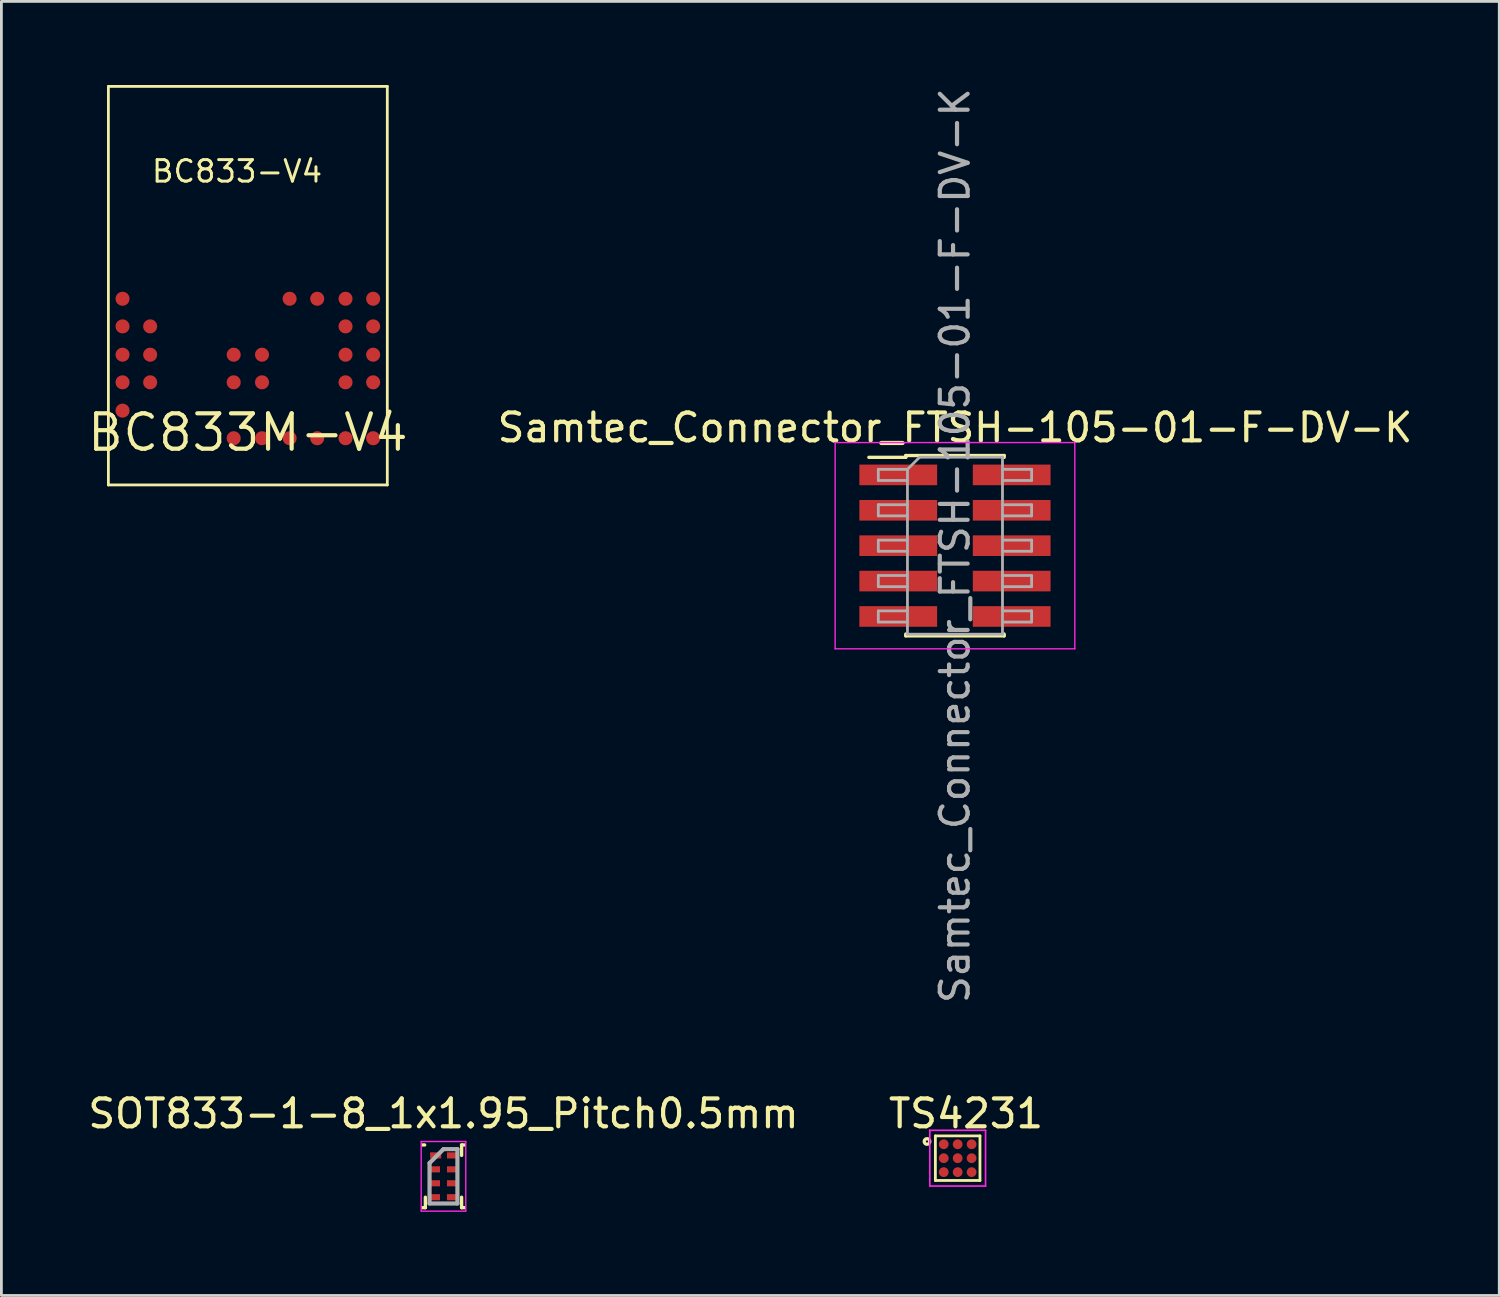
<source format=kicad_pcb>
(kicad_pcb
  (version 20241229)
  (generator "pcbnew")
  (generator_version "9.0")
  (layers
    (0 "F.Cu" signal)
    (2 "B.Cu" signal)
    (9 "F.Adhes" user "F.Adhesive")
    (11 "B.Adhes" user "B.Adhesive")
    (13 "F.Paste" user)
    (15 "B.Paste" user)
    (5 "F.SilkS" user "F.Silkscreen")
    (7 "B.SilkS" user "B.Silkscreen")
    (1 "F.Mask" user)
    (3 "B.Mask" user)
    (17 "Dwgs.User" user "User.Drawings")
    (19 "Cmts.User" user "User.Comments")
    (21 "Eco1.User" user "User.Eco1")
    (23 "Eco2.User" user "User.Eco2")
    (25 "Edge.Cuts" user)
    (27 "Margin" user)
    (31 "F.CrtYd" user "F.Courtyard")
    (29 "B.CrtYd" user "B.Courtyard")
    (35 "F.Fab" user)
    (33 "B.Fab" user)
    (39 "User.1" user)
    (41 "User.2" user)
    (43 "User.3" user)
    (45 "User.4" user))
  (footprint "BC833M-V4"
    (layer "F.Cu")
    (at 5.843 12.471)
    (property "Reference" "BC833M-V4" (at 0 0 0) (layer "F.SilkS") (effects (font (size 1.27 1.27) (thickness 0.15))))
    (attr through_hole)
    (fp_line (start -5.004 -12.421) (end 5.004 -12.421) (stroke (width 0.1) (type solid)) (layer "F.SilkS"))
    (fp_line (start -5.004 1.88) (end -5.004 -12.421) (stroke (width 0.1) (type solid)) (layer "F.SilkS"))
    (fp_line (start -5.004 1.88) (end 5.004 1.88) (stroke (width 0.1) (type solid)) (layer "F.SilkS"))
    (fp_line (start 5.004 1.88) (end 5.004 -12.421) (stroke (width 0.1) (type solid)) (layer "F.SilkS"))
    (fp_text user "BC833-V4" (at -3.508 -8.922 0) (layer "F.SilkS") (effects (font (size 0.772 0.772) (thickness 0.106)) (justify left bottom)))
    (pad "1" smd roundrect (at -4.496 -4.801) (size 0.508 0.508) (layers "F.Cu" "F.Mask" "F.Paste") (roundrect_rratio 0.5))
    (pad "2" smd roundrect (at -4.496 -3.81) (size 0.508 0.508) (layers "F.Cu" "F.Mask" "F.Paste") (roundrect_rratio 0.5))
    (pad "3" smd roundrect (at -4.496 -2.794) (size 0.508 0.508) (layers "F.Cu" "F.Mask" "F.Paste") (roundrect_rratio 0.5))
    (pad "4" smd roundrect (at -4.496 -1.803) (size 0.508 0.508) (layers "F.Cu" "F.Mask" "F.Paste") (roundrect_rratio 0.5))
    (pad "5" smd roundrect (at -4.496 -0.787) (size 0.508 0.508) (layers "F.Cu" "F.Mask" "F.Paste") (roundrect_rratio 0.5))
    (pad "6" smd roundrect (at -3.505 -3.81) (size 0.508 0.508) (layers "F.Cu" "F.Mask" "F.Paste") (roundrect_rratio 0.5))
    (pad "7" smd roundrect (at -3.505 -2.794) (size 0.508 0.508) (layers "F.Cu" "F.Mask" "F.Paste") (roundrect_rratio 0.5))
    (pad "8" smd roundrect (at -3.505 -1.803) (size 0.508 0.508) (layers "F.Cu" "F.Mask" "F.Paste") (roundrect_rratio 0.5))
    (pad "9" smd roundrect (at -0.508 0.203) (size 0.508 0.508) (layers "F.Cu" "F.Mask" "F.Paste") (roundrect_rratio 0.5))
    (pad "10" smd roundrect (at 0.508 0.203) (size 0.508 0.508) (layers "F.Cu" "F.Mask" "F.Paste") (roundrect_rratio 0.5))
    (pad "11" smd roundrect (at 1.499 0.203) (size 0.508 0.508) (layers "F.Cu" "F.Mask" "F.Paste") (roundrect_rratio 0.5))
    (pad "12" smd roundrect (at 2.489 0.203) (size 0.508 0.508) (layers "F.Cu" "F.Mask" "F.Paste") (roundrect_rratio 0.5))
    (pad "13" smd roundrect (at 3.505 0.203) (size 0.508 0.508) (layers "F.Cu" "F.Mask" "F.Paste") (roundrect_rratio 0.5))
    (pad "14" smd roundrect (at 4.496 0.203) (size 0.508 0.508) (layers "F.Cu" "F.Mask" "F.Paste") (roundrect_rratio 0.5))
    (pad "15" smd roundrect (at 4.496 -1.803) (size 0.508 0.508) (layers "F.Cu" "F.Mask" "F.Paste") (roundrect_rratio 0.5))
    (pad "16" smd roundrect (at 4.496 -2.794) (size 0.508 0.508) (layers "F.Cu" "F.Mask" "F.Paste") (roundrect_rratio 0.5))
    (pad "17" smd roundrect (at 4.496 -3.81) (size 0.508 0.508) (layers "F.Cu" "F.Mask" "F.Paste") (roundrect_rratio 0.5))
    (pad "18" smd roundrect (at 4.496 -4.801) (size 0.508 0.508) (layers "F.Cu" "F.Mask" "F.Paste") (roundrect_rratio 0.5))
    (pad "19" smd roundrect (at 3.505 -1.803) (size 0.508 0.508) (layers "F.Cu" "F.Mask" "F.Paste") (roundrect_rratio 0.5))
    (pad "20" smd roundrect (at 3.505 -2.794) (size 0.508 0.508) (layers "F.Cu" "F.Mask" "F.Paste") (roundrect_rratio 0.5))
    (pad "21" smd roundrect (at 3.505 -3.81) (size 0.508 0.508) (layers "F.Cu" "F.Mask" "F.Paste") (roundrect_rratio 0.5))
    (pad "22" smd roundrect (at 3.505 -4.801) (size 0.508 0.508) (layers "F.Cu" "F.Mask" "F.Paste") (roundrect_rratio 0.5))
    (pad "23" smd roundrect (at 2.489 -4.801) (size 0.508 0.508) (layers "F.Cu" "F.Mask" "F.Paste") (roundrect_rratio 0.5))
    (pad "24" smd roundrect (at 1.499 -4.801) (size 0.508 0.508) (layers "F.Cu" "F.Mask" "F.Paste") (roundrect_rratio 0.5))
    (pad "25" smd roundrect (at 0.508 -2.794) (size 0.508 0.508) (layers "F.Cu" "F.Mask" "F.Paste") (roundrect_rratio 0.5))
    (pad "26" smd roundrect (at 0.508 -1.803) (size 0.508 0.508) (layers "F.Cu" "F.Mask" "F.Paste") (roundrect_rratio 0.5))
    (pad "27" smd roundrect (at -0.508 -2.794) (size 0.508 0.508) (layers "F.Cu" "F.Mask" "F.Paste") (roundrect_rratio 0.5))
    (pad "28" smd roundrect (at -0.508 -1.803) (size 0.508 0.508) (layers "F.Cu" "F.Mask" "F.Paste") (roundrect_rratio 0.5)))
  (footprint "Samtec_Connector_FTSH-105-01-F-DV-K"
    (layer "F.Cu")
    (at 31.216 16.53)
    (property "Reference" "Samtec_Connector_FTSH-105-01-F-DV-K" (at 0 -4.235 0) (layer "F.SilkS") (effects (font (size 1 1) (thickness 0.15))))
    (attr smd)
    (fp_line (start -3.09 -3.17) (end -1.765 -3.17) (stroke (width 0.12) (type solid)) (layer "F.SilkS"))
    (fp_line (start -1.765 -3.235) (end -1.765 -3.17) (stroke (width 0.12) (type solid)) (layer "F.SilkS"))
    (fp_line (start -1.765 -3.235) (end 1.765 -3.235) (stroke (width 0.12) (type solid)) (layer "F.SilkS"))
    (fp_line (start -1.765 3.17) (end -1.765 3.235) (stroke (width 0.12) (type solid)) (layer "F.SilkS"))
    (fp_line (start -1.765 3.235) (end 1.765 3.235) (stroke (width 0.12) (type solid)) (layer "F.SilkS"))
    (fp_line (start 1.765 -3.235) (end 1.765 -3.17) (stroke (width 0.12) (type solid)) (layer "F.SilkS"))
    (fp_line (start 1.765 3.17) (end 1.765 3.235) (stroke (width 0.12) (type solid)) (layer "F.SilkS"))
    (fp_line (start -4.3 -3.7) (end -4.3 3.7) (stroke (width 0.05) (type solid)) (layer "F.CrtYd"))
    (fp_line (start -4.3 3.7) (end 4.3 3.7) (stroke (width 0.05) (type solid)) (layer "F.CrtYd"))
    (fp_line (start 4.3 -3.7) (end -4.3 -3.7) (stroke (width 0.05) (type solid)) (layer "F.CrtYd"))
    (fp_line (start 4.3 3.7) (end 4.3 -3.7) (stroke (width 0.05) (type solid)) (layer "F.CrtYd"))
    (fp_line (start -2.75 -2.74) (end -2.75 -2.34) (stroke (width 0.1) (type solid)) (layer "F.Fab"))
    (fp_line (start -2.75 -2.34) (end -1.705 -2.34) (stroke (width 0.1) (type solid)) (layer "F.Fab"))
    (fp_line (start -2.75 -1.47) (end -2.75 -1.07) (stroke (width 0.1) (type solid)) (layer "F.Fab"))
    (fp_line (start -2.75 -1.07) (end -1.705 -1.07) (stroke (width 0.1) (type solid)) (layer "F.Fab"))
    (fp_line (start -2.75 -0.2) (end -2.75 0.2) (stroke (width 0.1) (type solid)) (layer "F.Fab"))
    (fp_line (start -2.75 0.2) (end -1.705 0.2) (stroke (width 0.1) (type solid)) (layer "F.Fab"))
    (fp_line (start -2.75 1.07) (end -2.75 1.47) (stroke (width 0.1) (type solid)) (layer "F.Fab"))
    (fp_line (start -2.75 1.47) (end -1.705 1.47) (stroke (width 0.1) (type solid)) (layer "F.Fab"))
    (fp_line (start -2.75 2.34) (end -2.75 2.74) (stroke (width 0.1) (type solid)) (layer "F.Fab"))
    (fp_line (start -2.75 2.74) (end -1.705 2.74) (stroke (width 0.1) (type solid)) (layer "F.Fab"))
    (fp_line (start -1.705 -2.74) (end -2.75 -2.74) (stroke (width 0.1) (type solid)) (layer "F.Fab"))
    (fp_line (start -1.705 -2.74) (end -1.27 -3.175) (stroke (width 0.1) (type solid)) (layer "F.Fab"))
    (fp_line (start -1.705 -1.47) (end -2.75 -1.47) (stroke (width 0.1) (type solid)) (layer "F.Fab"))
    (fp_line (start -1.705 -0.2) (end -2.75 -0.2) (stroke (width 0.1) (type solid)) (layer "F.Fab"))
    (fp_line (start -1.705 1.07) (end -2.75 1.07) (stroke (width 0.1) (type solid)) (layer "F.Fab"))
    (fp_line (start -1.705 2.34) (end -2.75 2.34) (stroke (width 0.1) (type solid)) (layer "F.Fab"))
    (fp_line (start -1.705 3.175) (end -1.705 -2.74) (stroke (width 0.1) (type solid)) (layer "F.Fab"))
    (fp_line (start -1.27 -3.175) (end 1.705 -3.175) (stroke (width 0.1) (type solid)) (layer "F.Fab"))
    (fp_line (start 1.705 -3.175) (end 1.705 3.175) (stroke (width 0.1) (type solid)) (layer "F.Fab"))
    (fp_line (start 1.705 -2.74) (end 2.75 -2.74) (stroke (width 0.1) (type solid)) (layer "F.Fab"))
    (fp_line (start 1.705 -1.47) (end 2.75 -1.47) (stroke (width 0.1) (type solid)) (layer "F.Fab"))
    (fp_line (start 1.705 -0.2) (end 2.75 -0.2) (stroke (width 0.1) (type solid)) (layer "F.Fab"))
    (fp_line (start 1.705 1.07) (end 2.75 1.07) (stroke (width 0.1) (type solid)) (layer "F.Fab"))
    (fp_line (start 1.705 2.34) (end 2.75 2.34) (stroke (width 0.1) (type solid)) (layer "F.Fab"))
    (fp_line (start 1.705 3.175) (end -1.705 3.175) (stroke (width 0.1) (type solid)) (layer "F.Fab"))
    (fp_line (start 2.75 -2.74) (end 2.75 -2.34) (stroke (width 0.1) (type solid)) (layer "F.Fab"))
    (fp_line (start 2.75 -2.34) (end 1.705 -2.34) (stroke (width 0.1) (type solid)) (layer "F.Fab"))
    (fp_line (start 2.75 -1.47) (end 2.75 -1.07) (stroke (width 0.1) (type solid)) (layer "F.Fab"))
    (fp_line (start 2.75 -1.07) (end 1.705 -1.07) (stroke (width 0.1) (type solid)) (layer "F.Fab"))
    (fp_line (start 2.75 -0.2) (end 2.75 0.2) (stroke (width 0.1) (type solid)) (layer "F.Fab"))
    (fp_line (start 2.75 0.2) (end 1.705 0.2) (stroke (width 0.1) (type solid)) (layer "F.Fab"))
    (fp_line (start 2.75 1.07) (end 2.75 1.47) (stroke (width 0.1) (type solid)) (layer "F.Fab"))
    (fp_line (start 2.75 1.47) (end 1.705 1.47) (stroke (width 0.1) (type solid)) (layer "F.Fab"))
    (fp_line (start 2.75 2.34) (end 2.75 2.74) (stroke (width 0.1) (type solid)) (layer "F.Fab"))
    (fp_line (start 2.75 2.74) (end 1.705 2.74) (stroke (width 0.1) (type solid)) (layer "F.Fab"))
    (fp_text user "${REFERENCE}" (at 0 0 90) (layer "F.Fab") (effects (font (size 1 1) (thickness 0.15))))
    (pad "1" smd rect (at -2.035 -2.54) (size 2.79 0.74) (layers "F.Cu" "F.Mask" "F.Paste"))
    (pad "2" smd rect (at 2.035 -2.54) (size 2.79 0.74) (layers "F.Cu" "F.Mask" "F.Paste"))
    (pad "3" smd rect (at -2.035 -1.27) (size 2.79 0.74) (layers "F.Cu" "F.Mask" "F.Paste"))
    (pad "4" smd rect (at 2.035 -1.27) (size 2.79 0.74) (layers "F.Cu" "F.Mask" "F.Paste"))
    (pad "5" smd rect (at -2.035 0) (size 2.79 0.74) (layers "F.Cu" "F.Mask" "F.Paste"))
    (pad "6" smd rect (at 2.035 0) (size 2.79 0.74) (layers "F.Cu" "F.Mask" "F.Paste"))
    (pad "7" smd rect (at -2.035 1.27) (size 2.79 0.74) (layers "F.Cu" "F.Mask" "F.Paste"))
    (pad "8" smd rect (at 2.035 1.27) (size 2.79 0.74) (layers "F.Cu" "F.Mask" "F.Paste"))
    (pad "9" smd rect (at -2.035 2.54) (size 2.79 0.74) (layers "F.Cu" "F.Mask" "F.Paste"))
    (pad "10" smd rect (at 2.035 2.54) (size 2.79 0.74) (layers "F.Cu" "F.Mask" "F.Paste")))
  (footprint "TS4231"
    (layer "F.Cu")
    (at 31.313 38.508)
    (property "Reference" "TS4231" (at 0.3 -1.6 0) (layer "F.SilkS") (effects (font (size 1 1) (thickness 0.15))))
    (attr smd)
    (fp_line (start -0.8 -0.8) (end 0.8 -0.8) (stroke (width 0.1) (type solid)) (layer "F.SilkS"))
    (fp_line (start -0.8 0.8) (end -0.8 -0.8) (stroke (width 0.1) (type solid)) (layer "F.SilkS"))
    (fp_line (start 0.8 -0.8) (end 0.8 0.8) (stroke (width 0.1) (type solid)) (layer "F.SilkS"))
    (fp_line (start 0.8 0.8) (end -0.8 0.8) (stroke (width 0.1) (type solid)) (layer "F.SilkS"))
    (fp_circle (center -1.1 -0.6) (end -1 -0.6) (stroke (width 0.12) (type solid)) (fill no) (layer "F.SilkS"))
    (fp_line (start -1 -1) (end -1 1) (stroke (width 0.06) (type solid)) (layer "F.CrtYd"))
    (fp_line (start -1 1) (end 1 1) (stroke (width 0.06) (type solid)) (layer "F.CrtYd"))
    (fp_line (start 1 -1) (end -1 -1) (stroke (width 0.06) (type solid)) (layer "F.CrtYd"))
    (fp_line (start 1 1) (end 1 -1) (stroke (width 0.06) (type solid)) (layer "F.CrtYd"))
    (pad "A1" smd circle (at -0.5 -0.5) (size 0.35 0.35) (layers "F.Cu" "F.Mask" "F.Paste"))
    (pad "A2" smd circle (at 0 -0.5) (size 0.35 0.35) (layers "F.Cu" "F.Mask" "F.Paste"))
    (pad "A3" smd circle (at 0.5 -0.5) (size 0.35 0.35) (layers "F.Cu" "F.Mask" "F.Paste"))
    (pad "B1" smd circle (at -0.5 0) (size 0.35 0.35) (layers "F.Cu" "F.Mask" "F.Paste"))
    (pad "B2" smd circle (at 0 0) (size 0.35 0.35) (layers "F.Cu" "F.Mask" "F.Paste"))
    (pad "B3" smd circle (at 0.5 0) (size 0.35 0.35) (layers "F.Cu" "F.Mask" "F.Paste"))
    (pad "C1" smd circle (at -0.5 0.5) (size 0.35 0.35) (layers "F.Cu" "F.Mask" "F.Paste"))
    (pad "C2" smd circle (at 0 0.5) (size 0.35 0.35) (layers "F.Cu" "F.Mask" "F.Paste"))
    (pad "C3" smd circle (at 0.5 0.5) (size 0.35 0.35) (layers "F.Cu" "F.Mask" "F.Paste")))
  (footprint "SOT833-1-8_1x1.95_Pitch0.5mm"
    (layer "F.Cu")
    (at 12.863 39.158)
    (property "Reference" "SOT833-1-8_1x1.95_Pitch0.5mm" (at 0 -2.25 0) (layer "F.SilkS") (effects (font (size 1 1) (thickness 0.15))))
    (attr smd)
    (fp_line (start -0.75 -1.125) (end -0.675 -1.125) (stroke (width 0.12) (type solid)) (layer "F.SilkS"))
    (fp_line (start -0.75 1.125) (end -0.65 1.125) (stroke (width 0.12) (type solid)) (layer "F.SilkS"))
    (fp_line (start -0.65 1.125) (end -0.65 0.75) (stroke (width 0.12) (type solid)) (layer "F.SilkS"))
    (fp_line (start 0.65 -1.125) (end 0.65 -0.75) (stroke (width 0.12) (type solid)) (layer "F.SilkS"))
    (fp_line (start 0.65 1.125) (end 0.65 0.75) (stroke (width 0.12) (type solid)) (layer "F.SilkS"))
    (fp_line (start 0.75 -1.125) (end 0.65 -1.125) (stroke (width 0.12) (type solid)) (layer "F.SilkS"))
    (fp_line (start 0.75 1.125) (end 0.65 1.125) (stroke (width 0.12) (type solid)) (layer "F.SilkS"))
    (fp_line (start -0.8 -1.25) (end 0.8 -1.25) (stroke (width 0.05) (type solid)) (layer "F.CrtYd"))
    (fp_line (start -0.8 1.25) (end -0.8 -1.25) (stroke (width 0.05) (type solid)) (layer "F.CrtYd"))
    (fp_line (start 0.8 -1.25) (end 0.8 1.25) (stroke (width 0.05) (type solid)) (layer "F.CrtYd"))
    (fp_line (start 0.8 1.25) (end -0.8 1.25) (stroke (width 0.05) (type solid)) (layer "F.CrtYd"))
    (fp_line (start -0.5 -0.475) (end -0.5 0.975) (stroke (width 0.15) (type solid)) (layer "F.Fab"))
    (fp_line (start -0.5 0.975) (end 0.5 0.975) (stroke (width 0.15) (type solid)) (layer "F.Fab"))
    (fp_line (start 0 -0.975) (end -0.5 -0.475) (stroke (width 0.15) (type solid)) (layer "F.Fab"))
    (fp_line (start 0.5 -0.975) (end 0 -0.975) (stroke (width 0.15) (type solid)) (layer "F.Fab"))
    (fp_line (start 0.5 0.975) (end 0.5 -0.975) (stroke (width 0.15) (type solid)) (layer "F.Fab"))
    (pad "1" smd rect (at -0.28 -0.75) (size 0.4 0.22) (layers "F.Cu" "F.Mask" "F.Paste"))
    (pad "2" smd rect (at -0.3 -0.25 90) (size 0.22 0.35) (layers "F.Cu" "F.Mask" "F.Paste"))
    (pad "3" smd rect (at -0.3 0.25 90) (size 0.22 0.35) (layers "F.Cu" "F.Mask" "F.Paste"))
    (pad "4" smd rect (at -0.3 0.75 90) (size 0.22 0.35) (layers "F.Cu" "F.Mask" "F.Paste"))
    (pad "5" smd rect (at 0.3 0.75 90) (size 0.22 0.35) (layers "F.Cu" "F.Mask" "F.Paste"))
    (pad "6" smd rect (at 0.3 0.25 90) (size 0.22 0.35) (layers "F.Cu" "F.Mask" "F.Paste"))
    (pad "7" smd rect (at 0.3 -0.25 90) (size 0.22 0.35) (layers "F.Cu" "F.Mask" "F.Paste"))
    (pad "8" smd rect (at 0.3 -0.75 90) (size 0.22 0.35) (layers "F.Cu" "F.Mask" "F.Paste")))
  (gr_rect
    (start -3 -3)
    (end 50.746 43.433)
    (stroke (width 0.1) (type default))
    (fill no)
    (layer "Edge.Cuts")))
</source>
